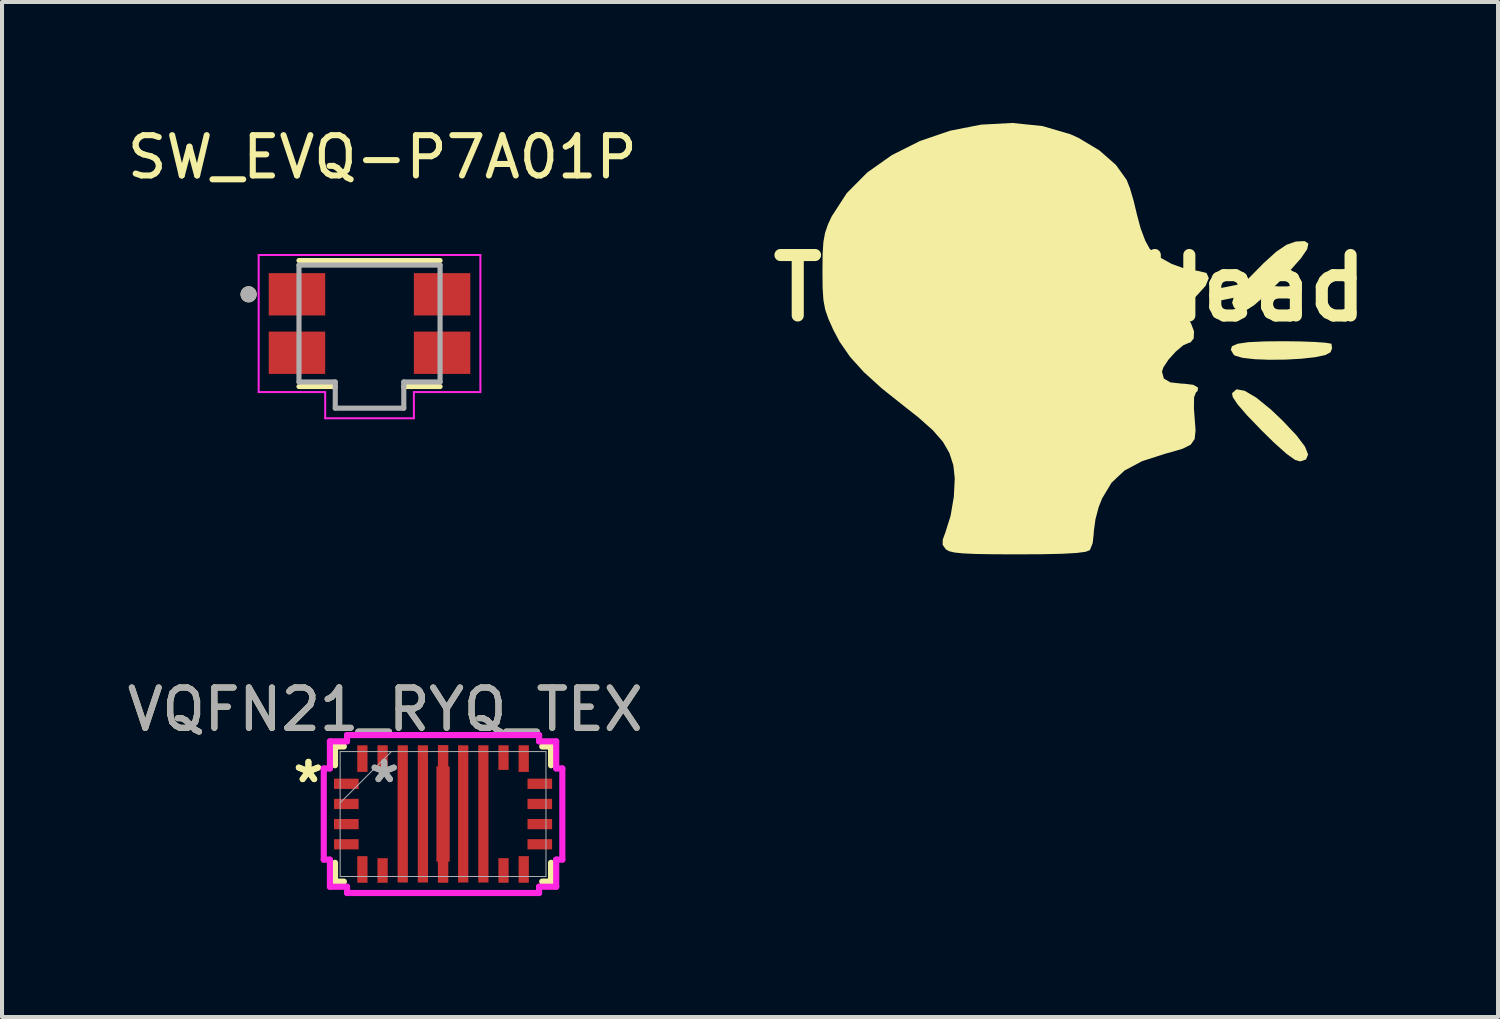
<source format=kicad_pcb>
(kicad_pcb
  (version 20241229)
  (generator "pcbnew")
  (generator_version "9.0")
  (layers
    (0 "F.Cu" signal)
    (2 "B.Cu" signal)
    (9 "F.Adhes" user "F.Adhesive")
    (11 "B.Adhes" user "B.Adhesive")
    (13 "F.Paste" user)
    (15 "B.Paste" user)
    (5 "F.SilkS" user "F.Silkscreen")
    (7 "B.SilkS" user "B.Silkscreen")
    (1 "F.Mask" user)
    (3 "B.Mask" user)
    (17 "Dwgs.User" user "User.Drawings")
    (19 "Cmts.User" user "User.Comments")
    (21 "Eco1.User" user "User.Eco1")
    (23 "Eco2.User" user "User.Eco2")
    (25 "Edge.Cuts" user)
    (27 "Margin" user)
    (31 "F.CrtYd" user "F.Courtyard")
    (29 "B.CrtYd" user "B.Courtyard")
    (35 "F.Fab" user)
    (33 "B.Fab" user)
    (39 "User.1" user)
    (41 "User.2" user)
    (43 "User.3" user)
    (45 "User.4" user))
  (footprint "Talking_Head"
    (layer "F.Cu")
    (at 23.49 4.098)
    (property "Reference" "Talking_Head" (at 0 0 0) (layer "F.SilkS") (effects (font (size 1.5 1.5) (thickness 0.3))))
    (attr board_only exclude_from_pos_files exclude_from_bom)
    (fp_poly (pts (xy 4.337 2.546) (xy 4.622 2.714) (xy 4.984 3.008) (xy 5.271 3.28) (xy 5.62 3.649) (xy 5.833 3.929) (xy 5.911 4.127) (xy 5.859 4.25) (xy 5.715 4.299) (xy 5.585 4.26) (xy 5.374 4.109) (xy 5.073 3.84) (xy 4.759 3.532) (xy 4.399 3.159) (xy 4.162 2.884) (xy 4.04 2.701) (xy 4.024 2.606) (xy 4.136 2.509)) (stroke (width 0) (type solid)) (fill yes) (layer "F.SilkS"))
    (fp_poly (pts (xy 5.713 1.322) (xy 6.075 1.335) (xy 6.342 1.354) (xy 6.481 1.377) (xy 6.491 1.383) (xy 6.505 1.497) (xy 6.465 1.592) (xy 6.34 1.66) (xy 6.086 1.713) (xy 5.743 1.751) (xy 5.352 1.773) (xy 4.951 1.777) (xy 4.582 1.763) (xy 4.284 1.729) (xy 4.096 1.675) (xy 4.063 1.65) (xy 3.993 1.529) (xy 4.022 1.44) (xy 4.163 1.379) (xy 4.432 1.34) (xy 4.843 1.321) (xy 5.289 1.317)) (stroke (width 0) (type solid)) (fill yes) (layer "F.SilkS"))
    (fp_poly (pts (xy 5.917 -1.106) (xy 5.888 -0.967) (xy 5.734 -0.742) (xy 5.453 -0.424) (xy 5.188 -0.15) (xy 4.833 0.196) (xy 4.569 0.425) (xy 4.376 0.548) (xy 4.231 0.576) (xy 4.117 0.521) (xy 4.066 0.469) (xy 4.026 0.363) (xy 4.067 0.219) (xy 4.201 0.021) (xy 4.442 -0.25) (xy 4.799 -0.612) (xy 4.804 -0.617) (xy 5.119 -0.903) (xy 5.373 -1.075) (xy 5.599 -1.154) (xy 5.614 -1.157) (xy 5.825 -1.167)) (stroke (width 0) (type solid)) (fill yes) (layer "F.SilkS"))
    (fp_poly (pts (xy -0.68 -4.021) (xy 0.017 -3.817) (xy 0.212 -3.729) (xy 0.731 -3.419) (xy 1.144 -3.056) (xy 1.409 -2.686) (xy 1.491 -2.478) (xy 1.582 -2.17) (xy 1.662 -1.835) (xy 1.755 -1.487) (xy 1.872 -1.175) (xy 1.983 -0.974) (xy 2.204 -0.779) (xy 2.525 -0.602) (xy 2.879 -0.473) (xy 3.198 -0.423) (xy 3.199 -0.423) (xy 3.391 -0.376) (xy 3.447 -0.248) (xy 3.369 -0.059) (xy 3.189 0.141) (xy 2.973 0.369) (xy 2.891 0.558) (xy 2.933 0.751) (xy 3.008 0.88) (xy 3.08 1.069) (xy 3.073 1.247) (xy 2.993 1.348) (xy 2.957 1.355) (xy 2.813 1.418) (xy 2.627 1.575) (xy 2.446 1.775) (xy 2.319 1.968) (xy 2.286 2.074) (xy 2.333 2.243) (xy 2.492 2.337) (xy 2.785 2.37) (xy 2.838 2.371) (xy 3.06 2.398) (xy 3.18 2.466) (xy 3.169 2.553) (xy 3.13 2.584) (xy 3.082 2.707) (xy 3.078 2.983) (xy 3.095 3.207) (xy 3.119 3.529) (xy 3.096 3.743) (xy 2.999 3.883) (xy 2.798 3.984) (xy 2.467 4.081) (xy 2.371 4.106) (xy 1.794 4.292) (xy 1.358 4.524) (xy 1.035 4.826) (xy 0.801 5.217) (xy 0.715 5.432) (xy 0.635 5.736) (xy 0.594 6.041) (xy 0.593 6.09) (xy 0.567 6.324) (xy 0.502 6.489) (xy 0.491 6.502) (xy 0.389 6.541) (xy 0.165 6.57) (xy -0.195 6.59) (xy -0.701 6.601) (xy -1.281 6.604) (xy -1.873 6.602) (xy -2.318 6.595) (xy -2.639 6.581) (xy -2.856 6.559) (xy -2.993 6.527) (xy -3.072 6.483) (xy -3.079 6.476) (xy -3.157 6.367) (xy -3.152 6.234) (xy -3.089 6.064) (xy -2.958 5.647) (xy -2.878 5.174) (xy -2.855 4.719) (xy -2.89 4.394) (xy -2.987 4.093) (xy -3.149 3.812) (xy -3.398 3.526) (xy -3.758 3.206) (xy -4.089 2.946) (xy -4.663 2.489) (xy -5.109 2.084) (xy -5.452 1.705) (xy -5.714 1.326) (xy -5.867 1.036) (xy -5.99 0.762) (xy -6.069 0.533) (xy -6.113 0.297) (xy -6.133 -0.000286) (xy -6.137 -0.412) (xy -6.137 -0.423) (xy -6.133 -0.843) (xy -6.114 -1.143) (xy -6.072 -1.374) (xy -5.999 -1.585) (xy -5.909 -1.778) (xy -5.534 -2.357) (xy -5.027 -2.868) (xy -4.414 -3.301) (xy -3.721 -3.649) (xy -2.976 -3.904) (xy -2.203 -4.056) (xy -1.429 -4.098)) (stroke (width 0) (type solid)) (fill yes) (layer "F.SilkS")))
  (footprint "SW_EVQ-P7A01P"
    (layer "F.Cu")
    (at 6.117 4.976)
    (property "Reference" "SW_EVQ-P7A01P" (at 0.318 -4.128 0) (layer "F.SilkS") (effects (font (size 1 1) (thickness 0.15))))
    (attr smd)
    (fp_line (start -1.75 -1.563) (end 1.75 -1.563) (stroke (width 0.127) (type solid)) (layer "F.SilkS"))
    (fp_line (start -0.85 1.563) (end -1.75 1.563) (stroke (width 0.127) (type solid)) (layer "F.SilkS"))
    (fp_line (start 1.75 1.563) (end 0.85 1.563) (stroke (width 0.127) (type solid)) (layer "F.SilkS"))
    (fp_circle (center -3 -0.725) (end -2.9 -0.725) (stroke (width 0.2) (type solid)) (fill no) (layer "F.SilkS"))
    (fp_line (start -2.75 -1.7) (end 2.75 -1.7) (stroke (width 0.05) (type solid)) (layer "F.CrtYd"))
    (fp_line (start -2.75 1.7) (end -2.75 -1.7) (stroke (width 0.05) (type solid)) (layer "F.CrtYd"))
    (fp_line (start -1.1 1.7) (end -2.75 1.7) (stroke (width 0.05) (type solid)) (layer "F.CrtYd"))
    (fp_line (start -1.1 2.35) (end -1.1 1.7) (stroke (width 0.05) (type solid)) (layer "F.CrtYd"))
    (fp_line (start 1.1 1.7) (end 1.1 2.35) (stroke (width 0.05) (type solid)) (layer "F.CrtYd"))
    (fp_line (start 1.1 2.35) (end -1.1 2.35) (stroke (width 0.05) (type solid)) (layer "F.CrtYd"))
    (fp_line (start 2.75 -1.7) (end 2.75 1.7) (stroke (width 0.05) (type solid)) (layer "F.CrtYd"))
    (fp_line (start 2.75 1.7) (end 1.1 1.7) (stroke (width 0.05) (type solid)) (layer "F.CrtYd"))
    (fp_line (start -1.75 -1.45) (end 1.75 -1.45) (stroke (width 0.127) (type solid)) (layer "F.Fab"))
    (fp_line (start -1.75 1.45) (end -1.75 -1.45) (stroke (width 0.127) (type solid)) (layer "F.Fab"))
    (fp_line (start -0.85 1.45) (end -1.75 1.45) (stroke (width 0.127) (type solid)) (layer "F.Fab"))
    (fp_line (start -0.85 2.1) (end -0.85 1.45) (stroke (width 0.127) (type solid)) (layer "F.Fab"))
    (fp_line (start 0.85 1.45) (end 0.85 2.1) (stroke (width 0.127) (type solid)) (layer "F.Fab"))
    (fp_line (start 0.85 2.1) (end -0.85 2.1) (stroke (width 0.127) (type solid)) (layer "F.Fab"))
    (fp_line (start 1.75 -1.45) (end 1.75 1.45) (stroke (width 0.127) (type solid)) (layer "F.Fab"))
    (fp_line (start 1.75 1.45) (end 0.85 1.45) (stroke (width 0.127) (type solid)) (layer "F.Fab"))
    (fp_circle (center -3 -0.725) (end -2.9 -0.725) (stroke (width 0.2) (type solid)) (fill no) (layer "F.Fab"))
    (pad "1" smd rect (at -1.8 -0.725) (size 1.4 1.05) (layers "F.Cu" "F.Mask" "F.Paste"))
    (pad "1" smd rect (at 1.8 -0.725) (size 1.4 1.05) (layers "F.Cu" "F.Mask" "F.Paste"))
    (pad "2" smd rect (at -1.8 0.725) (size 1.4 1.05) (layers "F.Cu" "F.Mask" "F.Paste"))
    (pad "2" smd rect (at 1.8 0.725) (size 1.4 1.05) (layers "F.Cu" "F.Mask" "F.Paste")))
  (footprint "VQFN21_RYQ_TEX"
    (layer "F.Cu")
    (at 7.941 17.144)
    (property "Reference" "VQFN21_RYQ_TEX" (at -1.435 -2.594 0) (unlocked yes) (layer "F.SilkS") (effects (font (size 1 1) (thickness 0.15))))
    (attr smd)
    (fp_poly (pts (xy 0.127 -1.705) (xy 0.127 -1.181) (xy 0.165 -1.181) (xy 0.165 1.181) (xy 0.127 1.181) (xy 0.127 1.699) (xy -0.127 1.699) (xy -0.127 1.181) (xy -0.165 1.181) (xy -0.165 -1.181) (xy -0.127 -1.181) (xy -0.127 -1.705)) (stroke (width 0) (type solid)) (fill yes) (layer "F.Cu"))
    (fp_poly (pts (xy 0.127 -1.705) (xy 0.127 -1.181) (xy 0.165 -1.181) (xy 0.165 1.181) (xy 0.127 1.181) (xy 0.127 1.699) (xy -0.127 1.699) (xy -0.127 1.181) (xy -0.165 1.181) (xy -0.165 -1.181) (xy -0.127 -1.181) (xy -0.127 -1.705)) (stroke (width 0) (type solid)) (fill yes) (layer "F.Mask"))
    (fp_line (start -2.68 -1.676) (end -2.68 -1.21) (stroke (width 0.152) (type solid)) (layer "F.SilkS"))
    (fp_line (start -2.68 1.21) (end -2.68 1.676) (stroke (width 0.152) (type solid)) (layer "F.SilkS"))
    (fp_line (start -2.68 1.676) (end -2.46 1.676) (stroke (width 0.152) (type solid)) (layer "F.SilkS"))
    (fp_line (start -2.46 -1.676) (end -2.68 -1.676) (stroke (width 0.152) (type solid)) (layer "F.SilkS"))
    (fp_line (start 2.46 1.676) (end 2.68 1.676) (stroke (width 0.152) (type solid)) (layer "F.SilkS"))
    (fp_line (start 2.68 -1.676) (end 2.46 -1.676) (stroke (width 0.152) (type solid)) (layer "F.SilkS"))
    (fp_line (start 2.68 -1.21) (end 2.68 -1.676) (stroke (width 0.152) (type solid)) (layer "F.SilkS"))
    (fp_line (start 2.68 1.676) (end 2.68 1.21) (stroke (width 0.152) (type solid)) (layer "F.SilkS"))
    (fp_poly (pts (xy 0.127 -1.705) (xy 0.127 -1.181) (xy 0.165 -1.181) (xy 0.165 1.181) (xy 0.127 1.181) (xy 0.127 1.699) (xy -0.127 1.699) (xy -0.127 1.181) (xy -0.165 1.181) (xy -0.165 -1.181) (xy -0.127 -1.181) (xy -0.127 -1.705)) (stroke (width 0) (type solid)) (fill yes) (layer "F.Paste"))
    (fp_line (start -2.959 -1.131) (end -2.807 -1.131) (stroke (width 0.152) (type solid)) (layer "F.CrtYd"))
    (fp_line (start -2.959 1.131) (end -2.959 -1.131) (stroke (width 0.152) (type solid)) (layer "F.CrtYd"))
    (fp_line (start -2.807 -1.803) (end -2.382 -1.803) (stroke (width 0.152) (type solid)) (layer "F.CrtYd"))
    (fp_line (start -2.807 -1.131) (end -2.807 -1.803) (stroke (width 0.152) (type solid)) (layer "F.CrtYd"))
    (fp_line (start -2.807 1.131) (end -2.959 1.131) (stroke (width 0.152) (type solid)) (layer "F.CrtYd"))
    (fp_line (start -2.807 1.803) (end -2.807 1.131) (stroke (width 0.152) (type solid)) (layer "F.CrtYd"))
    (fp_line (start -2.382 -1.959) (end 2.382 -1.959) (stroke (width 0.152) (type solid)) (layer "F.CrtYd"))
    (fp_line (start -2.382 -1.803) (end -2.382 -1.959) (stroke (width 0.152) (type solid)) (layer "F.CrtYd"))
    (fp_line (start -2.382 1.803) (end -2.807 1.803) (stroke (width 0.152) (type solid)) (layer "F.CrtYd"))
    (fp_line (start -2.382 1.959) (end -2.382 1.803) (stroke (width 0.152) (type solid)) (layer "F.CrtYd"))
    (fp_line (start 2.382 -1.959) (end 2.382 -1.803) (stroke (width 0.152) (type solid)) (layer "F.CrtYd"))
    (fp_line (start 2.382 -1.803) (end 2.807 -1.803) (stroke (width 0.152) (type solid)) (layer "F.CrtYd"))
    (fp_line (start 2.382 1.803) (end 2.382 1.959) (stroke (width 0.152) (type solid)) (layer "F.CrtYd"))
    (fp_line (start 2.382 1.959) (end -2.382 1.959) (stroke (width 0.152) (type solid)) (layer "F.CrtYd"))
    (fp_line (start 2.807 -1.803) (end 2.807 -1.131) (stroke (width 0.152) (type solid)) (layer "F.CrtYd"))
    (fp_line (start 2.807 -1.131) (end 2.959 -1.131) (stroke (width 0.152) (type solid)) (layer "F.CrtYd"))
    (fp_line (start 2.807 1.131) (end 2.807 1.803) (stroke (width 0.152) (type solid)) (layer "F.CrtYd"))
    (fp_line (start 2.807 1.803) (end 2.382 1.803) (stroke (width 0.152) (type solid)) (layer "F.CrtYd"))
    (fp_line (start 2.959 -1.131) (end 2.959 1.131) (stroke (width 0.152) (type solid)) (layer "F.CrtYd"))
    (fp_line (start 2.959 1.131) (end 2.807 1.131) (stroke (width 0.152) (type solid)) (layer "F.CrtYd"))
    (fp_line (start -2.553 -1.549) (end -2.553 1.549) (stroke (width 0.025) (type solid)) (layer "F.Fab"))
    (fp_line (start -2.553 -0.279) (end -1.283 -1.549) (stroke (width 0.025) (type solid)) (layer "F.Fab"))
    (fp_line (start -2.553 1.549) (end 2.553 1.549) (stroke (width 0.025) (type solid)) (layer "F.Fab"))
    (fp_line (start 2.553 -1.549) (end -2.553 -1.549) (stroke (width 0.025) (type solid)) (layer "F.Fab"))
    (fp_line (start 2.553 1.549) (end 2.553 -1.549) (stroke (width 0.025) (type solid)) (layer "F.Fab"))
    (fp_text user "*" (at -3.34 -0.75 0) (unlocked yes) (layer "F.SilkS") (effects (font (size 1 1) (thickness 0.15))))
    (fp_text user "*" (at -3.34 -0.75 0) (layer "F.SilkS") (effects (font (size 1 1) (thickness 0.15))))
    (fp_text user "*" (at -1.46 -0.75 0) (unlocked yes) (layer "F.Fab") (effects (font (size 1 1) (thickness 0.15))))
    (fp_text user "*" (at -1.46 -0.75 0) (layer "F.Fab") (effects (font (size 1 1) (thickness 0.15))))
    (fp_text user "${REFERENCE}" (at -1.435 -2.594 0) (unlocked yes) (layer "F.Fab") (effects (font (size 1 1) (thickness 0.15))))
    (pad "1" smd rect (at -2.4 -0.75) (size 0.61 0.254) (layers "F.Cu" "F.Mask" "F.Paste"))
    (pad "2" smd rect (at -2.4 -0.25) (size 0.61 0.254) (layers "F.Cu" "F.Mask" "F.Paste"))
    (pad "3" smd rect (at -2.4 0.25) (size 0.61 0.254) (layers "F.Cu" "F.Mask" "F.Paste"))
    (pad "4" smd rect (at -2.4 0.75) (size 0.61 0.254) (layers "F.Cu" "F.Mask" "F.Paste"))
    (pad "5" smd rect (at -2.001 1.375) (size 0.254 0.66) (layers "F.Cu" "F.Mask" "F.Paste"))
    (pad "6" smd rect (at -1.5 1.4 90) (size 0.61 0.254) (layers "F.Cu" "F.Mask" "F.Paste"))
    (pad "7" smd rect (at -1 -0.003) (size 0.254 3.404) (layers "F.Cu" "F.Mask" "F.Paste"))
    (pad "8" smd rect (at -0.5 -0.003) (size 0.254 3.404) (layers "F.Cu" "F.Mask" "F.Paste"))
    (pad "9" smd rect (at 0 -0.003) (size 0.254 3.404) (layers "F.Cu" "F.Mask" "F.Paste"))
    (pad "10" smd rect (at 0.5 -0.003) (size 0.254 3.404) (layers "F.Cu" "F.Mask" "F.Paste"))
    (pad "11" smd rect (at 1 -0.003) (size 0.254 3.404) (layers "F.Cu" "F.Mask" "F.Paste"))
    (pad "12" smd rect (at 1.5 1.4 90) (size 0.61 0.254) (layers "F.Cu" "F.Mask" "F.Paste"))
    (pad "13" smd rect (at 2.001 1.375) (size 0.254 0.66) (layers "F.Cu" "F.Mask" "F.Paste"))
    (pad "14" smd rect (at 2.4 0.75) (size 0.61 0.254) (layers "F.Cu" "F.Mask" "F.Paste"))
    (pad "15" smd rect (at 2.4 0.25) (size 0.61 0.254) (layers "F.Cu" "F.Mask" "F.Paste"))
    (pad "16" smd rect (at 2.4 -0.25) (size 0.61 0.254) (layers "F.Cu" "F.Mask" "F.Paste"))
    (pad "17" smd rect (at 2.4 -0.75) (size 0.61 0.254) (layers "F.Cu" "F.Mask" "F.Paste"))
    (pad "18" smd rect (at 2.001 -1.375) (size 0.254 0.66) (layers "F.Cu" "F.Mask" "F.Paste"))
    (pad "19" smd rect (at 1.5 -1.4 90) (size 0.61 0.254) (layers "F.Cu" "F.Mask" "F.Paste"))
    (pad "20" smd rect (at -1.5 -1.4 90) (size 0.61 0.254) (layers "F.Cu" "F.Mask" "F.Paste"))
    (pad "21" smd rect (at -2.001 -1.375) (size 0.254 0.66) (layers "F.Cu" "F.Mask" "F.Paste")))
  (gr_rect
    (start -3 -3)
    (end 34.112 22.179)
    (stroke (width 0.1) (type default))
    (fill no)
    (layer "Edge.Cuts")))
</source>
